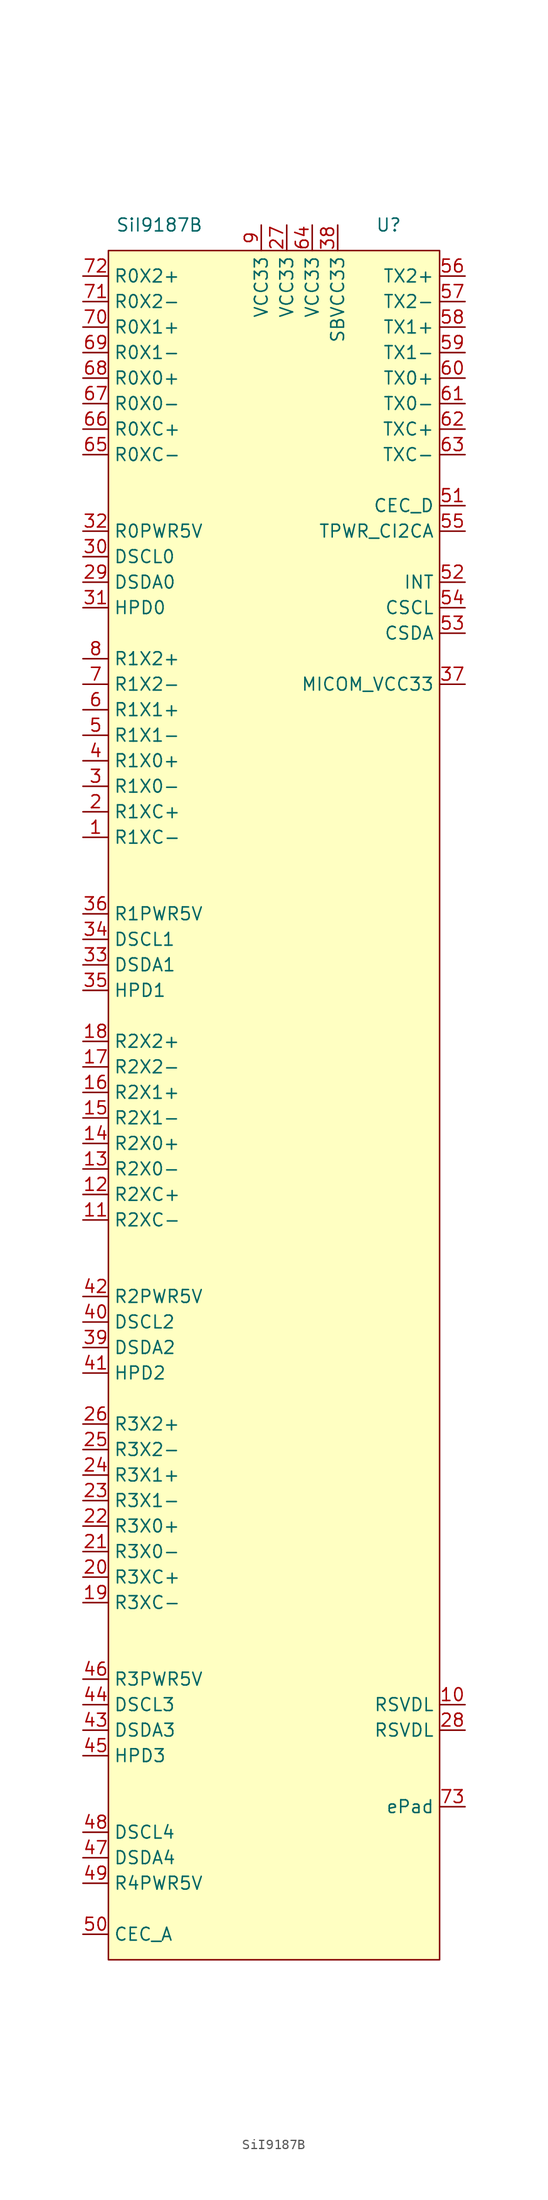
<source format=kicad_sym>
(kicad_symbol_lib
  (version 20241209)
  (generator "kicad_symbol_editor")
  (generator_version "9.0")
  (symbol "SiI9187B"
    (property "Reference" "U"
      (at 17.78 20.32 0)
      (effects (font (size 1.27 1.27))))
    (property "Value" "SiI9187B"
      (at -5.08 20.32 0)
      (effects (font (size 1.27 1.27))))
    (symbol "SiI9187B_0_1"
      (rectangle (start -10.16 17.78) (end 22.86 -152.4) (stroke (width 0.152) (type default)) (fill (type background))))
    (symbol "SiI9187B_1_1"
      (pin input line (at -12.7 15.24 0) (length 2.54) (name "R0X2+" (effects (font (size 1.27 1.27)))) (number "72" (effects (font (size 1.27 1.27)))))
      (pin input line (at -12.7 12.7 0) (length 2.54) (name "R0X2-" (effects (font (size 1.27 1.27)))) (number "71" (effects (font (size 1.27 1.27)))))
      (pin input line (at -12.7 10.16 0) (length 2.54) (name "R0X1+" (effects (font (size 1.27 1.27)))) (number "70" (effects (font (size 1.27 1.27)))))
      (pin input line (at -12.7 7.62 0) (length 2.54) (name "R0X1-" (effects (font (size 1.27 1.27)))) (number "69" (effects (font (size 1.27 1.27)))))
      (pin input line (at -12.7 5.08 0) (length 2.54) (name "R0X0+" (effects (font (size 1.27 1.27)))) (number "68" (effects (font (size 1.27 1.27)))))
      (pin input line (at -12.7 2.54 0) (length 2.54) (name "R0X0-" (effects (font (size 1.27 1.27)))) (number "67" (effects (font (size 1.27 1.27)))))
      (pin input line (at -12.7 0 0) (length 2.54) (name "R0XC+" (effects (font (size 1.27 1.27)))) (number "66" (effects (font (size 1.27 1.27)))))
      (pin input line (at -12.7 -2.54 0) (length 2.54) (name "R0XC-" (effects (font (size 1.27 1.27)))) (number "65" (effects (font (size 1.27 1.27)))))
      (pin input line (at -12.7 -10.16 0) (length 2.54) (name "R0PWR5V" (effects (font (size 1.27 1.27)))) (number "32" (effects (font (size 1.27 1.27)))))
      (pin input line (at -12.7 -12.7 0) (length 2.54) (name "DSCL0" (effects (font (size 1.27 1.27)))) (number "30" (effects (font (size 1.27 1.27)))))
      (pin bidirectional line (at -12.7 -15.24 0) (length 2.54) (name "DSDA0" (effects (font (size 1.27 1.27)))) (number "29" (effects (font (size 1.27 1.27)))))
      (pin output line (at -12.7 -17.78 0) (length 2.54) (name "HPD0" (effects (font (size 1.27 1.27)))) (number "31" (effects (font (size 1.27 1.27)))))
      (pin input line (at -12.7 -22.86 0) (length 2.54) (name "R1X2+" (effects (font (size 1.27 1.27)))) (number "8" (effects (font (size 1.27 1.27)))))
      (pin input line (at -12.7 -25.4 0) (length 2.54) (name "R1X2-" (effects (font (size 1.27 1.27)))) (number "7" (effects (font (size 1.27 1.27)))))
      (pin input line (at -12.7 -27.94 0) (length 2.54) (name "R1X1+" (effects (font (size 1.27 1.27)))) (number "6" (effects (font (size 1.27 1.27)))))
      (pin input line (at -12.7 -30.48 0) (length 2.54) (name "R1X1-" (effects (font (size 1.27 1.27)))) (number "5" (effects (font (size 1.27 1.27)))))
      (pin input line (at -12.7 -33.02 0) (length 2.54) (name "R1X0+" (effects (font (size 1.27 1.27)))) (number "4" (effects (font (size 1.27 1.27)))))
      (pin input line (at -12.7 -35.56 0) (length 2.54) (name "R1X0-" (effects (font (size 1.27 1.27)))) (number "3" (effects (font (size 1.27 1.27)))))
      (pin input line (at -12.7 -38.1 0) (length 2.54) (name "R1XC+" (effects (font (size 1.27 1.27)))) (number "2" (effects (font (size 1.27 1.27)))))
      (pin input line (at -12.7 -40.64 0) (length 2.54) (name "R1XC-" (effects (font (size 1.27 1.27)))) (number "1" (effects (font (size 1.27 1.27)))))
      (pin input line (at -12.7 -48.26 0) (length 2.54) (name "R1PWR5V" (effects (font (size 1.27 1.27)))) (number "36" (effects (font (size 1.27 1.27)))))
      (pin input line (at -12.7 -50.8 0) (length 2.54) (name "DSCL1" (effects (font (size 1.27 1.27)))) (number "34" (effects (font (size 1.27 1.27)))))
      (pin bidirectional line (at -12.7 -53.34 0) (length 2.54) (name "DSDA1" (effects (font (size 1.27 1.27)))) (number "33" (effects (font (size 1.27 1.27)))))
      (pin output line (at -12.7 -55.88 0) (length 2.54) (name "HPD1" (effects (font (size 1.27 1.27)))) (number "35" (effects (font (size 1.27 1.27)))))
      (pin input line (at -12.7 -60.96 0) (length 2.54) (name "R2X2+" (effects (font (size 1.27 1.27)))) (number "18" (effects (font (size 1.27 1.27)))))
      (pin input line (at -12.7 -63.5 0) (length 2.54) (name "R2X2-" (effects (font (size 1.27 1.27)))) (number "17" (effects (font (size 1.27 1.27)))))
      (pin input line (at -12.7 -66.04 0) (length 2.54) (name "R2X1+" (effects (font (size 1.27 1.27)))) (number "16" (effects (font (size 1.27 1.27)))))
      (pin input line (at -12.7 -68.58 0) (length 2.54) (name "R2X1-" (effects (font (size 1.27 1.27)))) (number "15" (effects (font (size 1.27 1.27)))))
      (pin input line (at -12.7 -71.12 0) (length 2.54) (name "R2X0+" (effects (font (size 1.27 1.27)))) (number "14" (effects (font (size 1.27 1.27)))))
      (pin input line (at -12.7 -73.66 0) (length 2.54) (name "R2X0-" (effects (font (size 1.27 1.27)))) (number "13" (effects (font (size 1.27 1.27)))))
      (pin input line (at -12.7 -76.2 0) (length 2.54) (name "R2XC+" (effects (font (size 1.27 1.27)))) (number "12" (effects (font (size 1.27 1.27)))))
      (pin input line (at -12.7 -78.74 0) (length 2.54) (name "R2XC-" (effects (font (size 1.27 1.27)))) (number "11" (effects (font (size 1.27 1.27)))))
      (pin input line (at -12.7 -86.36 0) (length 2.54) (name "R2PWR5V" (effects (font (size 1.27 1.27)))) (number "42" (effects (font (size 1.27 1.27)))))
      (pin input line (at -12.7 -88.9 0) (length 2.54) (name "DSCL2" (effects (font (size 1.27 1.27)))) (number "40" (effects (font (size 1.27 1.27)))))
      (pin bidirectional line (at -12.7 -91.44 0) (length 2.54) (name "DSDA2" (effects (font (size 1.27 1.27)))) (number "39" (effects (font (size 1.27 1.27)))))
      (pin output line (at -12.7 -93.98 0) (length 2.54) (name "HPD2" (effects (font (size 1.27 1.27)))) (number "41" (effects (font (size 1.27 1.27)))))
      (pin input line (at -12.7 -99.06 0) (length 2.54) (name "R3X2+" (effects (font (size 1.27 1.27)))) (number "26" (effects (font (size 1.27 1.27)))))
      (pin input line (at -12.7 -101.6 0) (length 2.54) (name "R3X2-" (effects (font (size 1.27 1.27)))) (number "25" (effects (font (size 1.27 1.27)))))
      (pin input line (at -12.7 -104.14 0) (length 2.54) (name "R3X1+" (effects (font (size 1.27 1.27)))) (number "24" (effects (font (size 1.27 1.27)))))
      (pin input line (at -12.7 -106.68 0) (length 2.54) (name "R3X1-" (effects (font (size 1.27 1.27)))) (number "23" (effects (font (size 1.27 1.27)))))
      (pin input line (at -12.7 -109.22 0) (length 2.54) (name "R3X0+" (effects (font (size 1.27 1.27)))) (number "22" (effects (font (size 1.27 1.27)))))
      (pin input line (at -12.7 -111.76 0) (length 2.54) (name "R3X0-" (effects (font (size 1.27 1.27)))) (number "21" (effects (font (size 1.27 1.27)))))
      (pin input line (at -12.7 -114.3 0) (length 2.54) (name "R3XC+" (effects (font (size 1.27 1.27)))) (number "20" (effects (font (size 1.27 1.27)))))
      (pin input line (at -12.7 -116.84 0) (length 2.54) (name "R3XC-" (effects (font (size 1.27 1.27)))) (number "19" (effects (font (size 1.27 1.27)))))
      (pin input line (at -12.7 -124.46 0) (length 2.54) (name "R3PWR5V" (effects (font (size 1.27 1.27)))) (number "46" (effects (font (size 1.27 1.27)))))
      (pin input line (at -12.7 -127 0) (length 2.54) (name "DSCL3" (effects (font (size 1.27 1.27)))) (number "44" (effects (font (size 1.27 1.27)))))
      (pin bidirectional line (at -12.7 -129.54 0) (length 2.54) (name "DSDA3" (effects (font (size 1.27 1.27)))) (number "43" (effects (font (size 1.27 1.27)))))
      (pin output line (at -12.7 -132.08 0) (length 2.54) (name "HPD3" (effects (font (size 1.27 1.27)))) (number "45" (effects (font (size 1.27 1.27)))))
      (pin input line (at -12.7 -139.7 0) (length 2.54) (name "DSCL4" (effects (font (size 1.27 1.27)))) (number "48" (effects (font (size 1.27 1.27)))))
      (pin bidirectional line (at -12.7 -142.24 0) (length 2.54) (name "DSDA4" (effects (font (size 1.27 1.27)))) (number "47" (effects (font (size 1.27 1.27)))))
      (pin power_in line (at -12.7 -144.78 0) (length 2.54) (name "R4PWR5V" (effects (font (size 1.27 1.27)))) (number "49" (effects (font (size 1.27 1.27)))))
      (pin bidirectional line (at -12.7 -149.86 0) (length 2.54) (name "CEC_A" (effects (font (size 1.27 1.27)))) (number "50" (effects (font (size 1.27 1.27)))))
      (pin power_in line (at 5.08 20.32 270) (length 2.54) (name "VCC33" (effects (font (size 1.27 1.27)))) (number "9" (effects (font (size 1.27 1.27)))))
      (pin power_in line (at 7.62 20.32 270) (length 2.54) (name "VCC33" (effects (font (size 1.27 1.27)))) (number "27" (effects (font (size 1.27 1.27)))))
      (pin power_in line (at 10.16 20.32 270) (length 2.54) (name "VCC33" (effects (font (size 1.27 1.27)))) (number "64" (effects (font (size 1.27 1.27)))))
      (pin power_in line (at 12.7 20.32 270) (length 2.54) (name "SBVCC33" (effects (font (size 1.27 1.27)))) (number "38" (effects (font (size 1.27 1.27)))))
      (pin output line (at 25.4 15.24 180) (length 2.54) (name "TX2+" (effects (font (size 1.27 1.27)))) (number "56" (effects (font (size 1.27 1.27)))))
      (pin output line (at 25.4 12.7 180) (length 2.54) (name "TX2-" (effects (font (size 1.27 1.27)))) (number "57" (effects (font (size 1.27 1.27)))))
      (pin output line (at 25.4 10.16 180) (length 2.54) (name "TX1+" (effects (font (size 1.27 1.27)))) (number "58" (effects (font (size 1.27 1.27)))))
      (pin output line (at 25.4 7.62 180) (length 2.54) (name "TX1-" (effects (font (size 1.27 1.27)))) (number "59" (effects (font (size 1.27 1.27)))))
      (pin output line (at 25.4 5.08 180) (length 2.54) (name "TX0+" (effects (font (size 1.27 1.27)))) (number "60" (effects (font (size 1.27 1.27)))))
      (pin output line (at 25.4 2.54 180) (length 2.54) (name "TX0-" (effects (font (size 1.27 1.27)))) (number "61" (effects (font (size 1.27 1.27)))))
      (pin output line (at 25.4 0 180) (length 2.54) (name "TXC+" (effects (font (size 1.27 1.27)))) (number "62" (effects (font (size 1.27 1.27)))))
      (pin output line (at 25.4 -2.54 180) (length 2.54) (name "TXC-" (effects (font (size 1.27 1.27)))) (number "63" (effects (font (size 1.27 1.27)))))
      (pin bidirectional line (at 25.4 -7.62 180) (length 2.54) (name "CEC_D" (effects (font (size 1.27 1.27)))) (number "51" (effects (font (size 1.27 1.27)))))
      (pin output line (at 25.4 -10.16 180) (length 2.54) (name "TPWR_CI2CA" (effects (font (size 1.27 1.27)))) (number "55" (effects (font (size 1.27 1.27)))))
      (pin output line (at 25.4 -15.24 180) (length 2.54) (name "INT" (effects (font (size 1.27 1.27)))) (number "52" (effects (font (size 1.27 1.27)))))
      (pin input line (at 25.4 -17.78 180) (length 2.54) (name "CSCL" (effects (font (size 1.27 1.27)))) (number "54" (effects (font (size 1.27 1.27)))))
      (pin bidirectional line (at 25.4 -20.32 180) (length 2.54) (name "CSDA" (effects (font (size 1.27 1.27)))) (number "53" (effects (font (size 1.27 1.27)))))
      (pin power_out line (at 25.4 -25.4 180) (length 2.54) (name "MICOM_VCC33" (effects (font (size 1.27 1.27)))) (number "37" (effects (font (size 1.27 1.27)))))
      (pin unspecified line (at 25.4 -127 180) (length 2.54) (name "RSVDL" (effects (font (size 1.27 1.27)))) (number "10" (effects (font (size 1.27 1.27)))))
      (pin unspecified line (at 25.4 -129.54 180) (length 2.54) (name "RSVDL" (effects (font (size 1.27 1.27)))) (number "28" (effects (font (size 1.27 1.27)))))
      (pin power_in line (at 25.4 -137.16 180) (length 2.54) (name "ePad" (effects (font (size 1.27 1.27)))) (number "73" (effects (font (size 1.27 1.27))))))))
</source>
